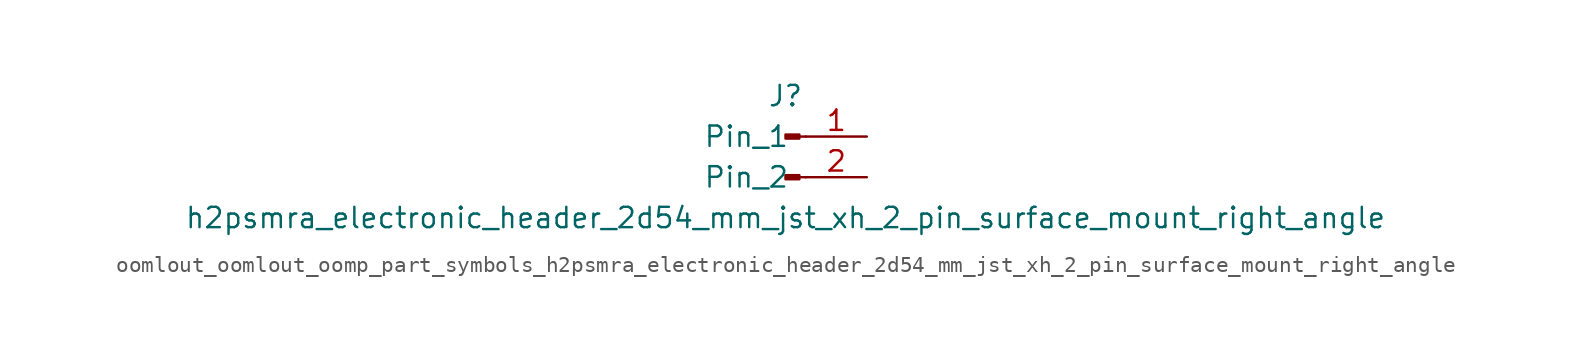
<source format=kicad_sym>
(kicad_symbol_lib
  (version 20220914)
  (generator kicad_symbol_editor)
  (symbol "oomlout_oomlout_oomp_part_symbols_h2psmra_electronic_header_2d54_mm_jst_xh_2_pin_surface_mount_right_angle"
    (pin_names
      (offset 1.016))
    (property "Reference" "J"
      (at 0 2.54 0)
      (effects (font (size 1.27 1.27))))
    (property "Value" "h2psmra_electronic_header_2d54_mm_jst_xh_2_pin_surface_mount_right_angle"
      (at 0 -5.08 0)
      (effects (font (size 1.27 1.27))))
    (property "ki_locked" ""
      (at 0 0 0)
      (effects (font (size 1.27 1.27))))
    (symbol "oomlout_oomlout_oomp_part_symbols_h2psmra_electronic_header_2d54_mm_jst_xh_2_pin_surface_mount_right_angle_1_1"
      (polyline (pts (xy 1.27 -2.54) (xy 0.864 -2.54)) (stroke (width 0.152) (type default)) (fill (type none)))
      (polyline (pts (xy 1.27 0) (xy 0.864 0)) (stroke (width 0.152) (type default)) (fill (type none)))
      (rectangle (start 0.864 -2.413) (end 0 -2.667) (stroke (width 0.152) (type default)) (fill (type outline)))
      (rectangle (start 0.864 0.127) (end 0 -0.127) (stroke (width 0.152) (type default)) (fill (type outline)))
      (pin passive line (at 5.08 0 180) (length 3.81) (name "Pin_1" (effects (font (size 1.27 1.27)))) (number "1" (effects (font (size 1.27 1.27)))))
      (pin passive line (at 5.08 -2.54 180) (length 3.81) (name "Pin_2" (effects (font (size 1.27 1.27)))) (number "2" (effects (font (size 1.27 1.27))))))))
</source>
